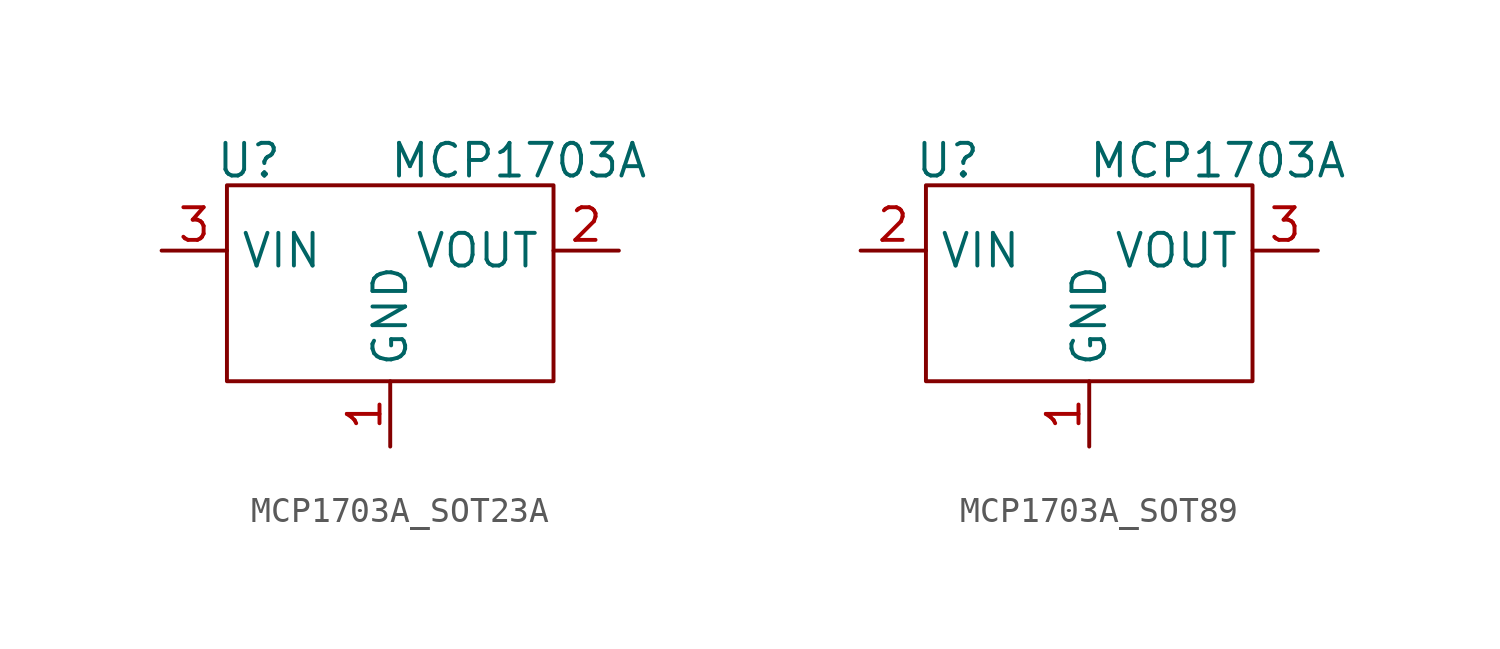
<source format=kicad_sym>
(kicad_symbol_lib
  (version 20241209)
  (generator "kicad_symbol_editor")
  (generator_version "9.0")
  (symbol "MCP1703A_SOT23A"
    (property "Reference" "U"
      (at -5.5 3.5 0)
      (effects (font (size 1.27 1.27))))
    (property "Value" "MCP1703A"
      (at 5 3.5 0)
      (effects (font (size 1.27 1.27))))
    (symbol "MCP1703A_SOT23A_0_0"
      (pin power_in line (at -8.89 0 0) (length 2.54) (name "VIN" (effects (font (size 1.27 1.27)))) (number "3" (effects (font (size 1.27 1.27)))))
      (pin power_in line (at 0 -7.62 90) (length 2.54) (name "GND" (effects (font (size 1.27 1.27)))) (number "1" (effects (font (size 1.27 1.27)))))
      (pin power_out line (at 8.89 0 180) (length 2.54) (name "VOUT" (effects (font (size 1.27 1.27)))) (number "2" (effects (font (size 1.27 1.27))))))
    (symbol "MCP1703A_SOT23A_0_1"
      (rectangle (start -6.35 2.54) (end 6.35 -5.08) (stroke (width 0) (type default)) (fill (type none)))))
  (symbol "MCP1703A_SOT89"
    (property "Reference" "U"
      (at -5.5 3.5 0)
      (effects (font (size 1.27 1.27))))
    (property "Value" "MCP1703A"
      (at 5 3.5 0)
      (effects (font (size 1.27 1.27))))
    (symbol "MCP1703A_SOT89_0_0"
      (pin power_in line (at -8.89 0 0) (length 2.54) (name "VIN" (effects (font (size 1.27 1.27)))) (number "2" (effects (font (size 1.27 1.27)))))
      (pin power_in line (at 0 -7.62 90) (length 2.54) (name "GND" (effects (font (size 1.27 1.27)))) (number "1" (effects (font (size 1.27 1.27)))))
      (pin power_out line (at 8.89 0 180) (length 2.54) (name "VOUT" (effects (font (size 1.27 1.27)))) (number "3" (effects (font (size 1.27 1.27))))))
    (symbol "MCP1703A_SOT89_0_1"
      (rectangle (start -6.35 2.54) (end 6.35 -5.08) (stroke (width 0) (type default)) (fill (type none))))))
</source>
